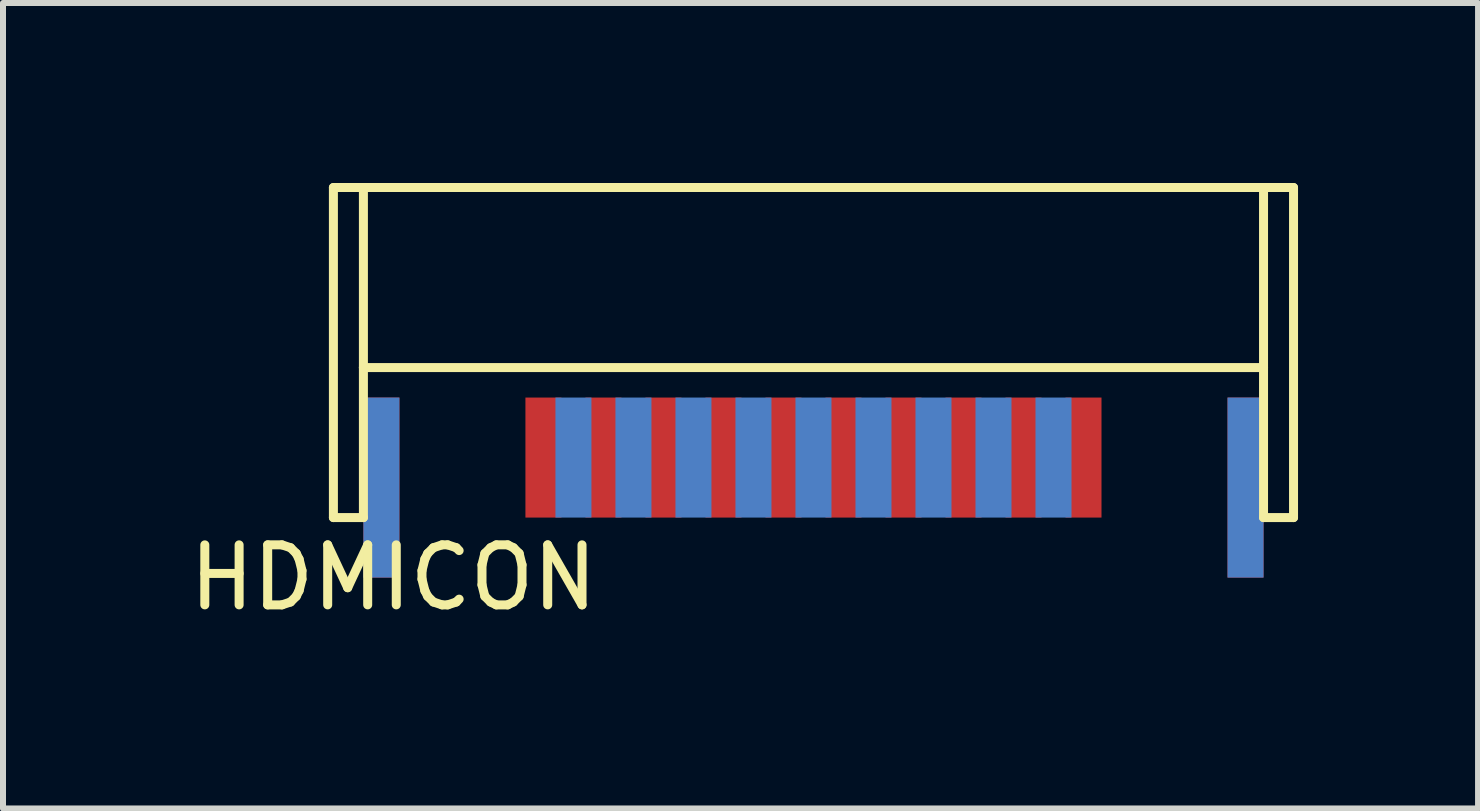
<source format=kicad_pcb>
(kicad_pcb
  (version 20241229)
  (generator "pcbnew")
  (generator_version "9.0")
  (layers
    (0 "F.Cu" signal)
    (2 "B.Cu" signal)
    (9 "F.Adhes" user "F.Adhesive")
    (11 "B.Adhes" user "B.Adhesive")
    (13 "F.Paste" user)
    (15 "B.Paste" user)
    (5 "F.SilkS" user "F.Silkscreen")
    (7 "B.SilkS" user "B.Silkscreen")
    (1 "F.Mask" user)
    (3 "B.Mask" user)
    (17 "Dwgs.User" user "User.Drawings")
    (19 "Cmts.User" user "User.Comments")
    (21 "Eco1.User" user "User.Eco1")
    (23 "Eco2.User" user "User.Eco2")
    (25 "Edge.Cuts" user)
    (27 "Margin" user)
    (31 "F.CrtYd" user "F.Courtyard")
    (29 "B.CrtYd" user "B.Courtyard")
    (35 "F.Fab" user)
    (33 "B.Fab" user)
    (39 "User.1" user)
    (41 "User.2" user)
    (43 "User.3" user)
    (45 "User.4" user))
  (footprint "HDMICON"
    (layer "F.Cu")
    (at 6.006 4.575)
    (property "Reference" "HDMICON" (at -2.5 2 0) (layer "F.SilkS") (effects (font (size 1 1) (thickness 0.15))))
    (attr through_hole)
    (fp_line (start -3.5 -4.5) (end -3 -4.5) (stroke (width 0.15) (type solid)) (layer "F.SilkS"))
    (fp_line (start -3.5 1) (end -3.5 -4.5) (stroke (width 0.15) (type solid)) (layer "F.SilkS"))
    (fp_line (start -3 -4.5) (end 12 -4.5) (stroke (width 0.15) (type solid)) (layer "F.SilkS"))
    (fp_line (start -3 -1.5) (end -3 -4.5) (stroke (width 0.15) (type solid)) (layer "F.SilkS"))
    (fp_line (start -3 -1.5) (end -3 1) (stroke (width 0.15) (type solid)) (layer "F.SilkS"))
    (fp_line (start -3 1) (end -3.5 1) (stroke (width 0.15) (type solid)) (layer "F.SilkS"))
    (fp_line (start 12 -4.5) (end 12 -1.5) (stroke (width 0.15) (type solid)) (layer "F.SilkS"))
    (fp_line (start 12 -4.5) (end 12.5 -4.5) (stroke (width 0.15) (type solid)) (layer "F.SilkS"))
    (fp_line (start 12 -1.5) (end -3 -1.5) (stroke (width 0.15) (type solid)) (layer "F.SilkS"))
    (fp_line (start 12 1) (end 12 -1.5) (stroke (width 0.15) (type solid)) (layer "F.SilkS"))
    (fp_line (start 12.5 -4.5) (end 12.5 1) (stroke (width 0.15) (type solid)) (layer "F.SilkS"))
    (fp_line (start 12.5 1) (end 12 1) (stroke (width 0.15) (type solid)) (layer "F.SilkS"))
    (pad "1" smd rect (at 0 0) (size 0.6 2) (layers "F.Cu" "F.Mask" "F.Paste"))
    (pad "2" smd rect (at 0.5 0) (size 0.6 2) (layers "B.Cu" "B.Mask" "B.Paste"))
    (pad "3" smd rect (at 1 0) (size 0.6 2) (layers "F.Cu" "F.Mask" "F.Paste"))
    (pad "4" smd rect (at 1.5 0) (size 0.6 2) (layers "B.Cu" "B.Mask" "B.Paste"))
    (pad "5" smd rect (at 2 0) (size 0.6 2) (layers "F.Cu" "F.Mask" "F.Paste"))
    (pad "6" smd rect (at 2.5 0) (size 0.6 2) (layers "B.Cu" "B.Mask" "B.Paste"))
    (pad "7" smd rect (at 3 0) (size 0.6 2) (layers "F.Cu" "F.Mask" "F.Paste"))
    (pad "8" smd rect (at 3.5 0) (size 0.6 2) (layers "B.Cu" "B.Mask" "B.Paste"))
    (pad "9" smd rect (at 4 0) (size 0.6 2) (layers "F.Cu" "F.Mask" "F.Paste"))
    (pad "10" smd rect (at 4.5 0) (size 0.6 2) (layers "B.Cu" "B.Mask" "B.Paste"))
    (pad "11" smd rect (at 5 0) (size 0.6 2) (layers "F.Cu" "F.Mask" "F.Paste"))
    (pad "12" smd rect (at 5.5 0) (size 0.6 2) (layers "B.Cu" "B.Mask" "B.Paste"))
    (pad "13" smd rect (at 6 0) (size 0.6 2) (layers "F.Cu" "F.Mask" "F.Paste"))
    (pad "14" smd rect (at 6.5 0) (size 0.6 2) (layers "B.Cu" "B.Mask" "B.Paste"))
    (pad "15" smd rect (at 7 0) (size 0.6 2) (layers "F.Cu" "F.Mask" "F.Paste"))
    (pad "16" smd rect (at 7.5 0) (size 0.6 2) (layers "B.Cu" "B.Mask" "B.Paste"))
    (pad "17" smd rect (at 8 0) (size 0.6 2) (layers "F.Cu" "F.Mask" "F.Paste"))
    (pad "18" smd rect (at 8.5 0) (size 0.6 2) (layers "B.Cu" "B.Mask" "B.Paste"))
    (pad "19" smd rect (at 9 0) (size 0.6 2) (layers "F.Cu" "F.Mask" "F.Paste"))
    (pad "SH" smd rect (at -2.7 0.5) (size 0.6 3) (layers "F.Cu" "F.Mask" "F.Paste"))
    (pad "SH" smd rect (at -2.7 0.5) (size 0.6 3) (layers "B.Cu" "B.Mask" "B.Paste"))
    (pad "SH" smd rect (at 11.7 0.5) (size 0.6 3) (layers "F.Cu" "F.Mask" "F.Paste"))
    (pad "SH" smd rect (at 11.7 0.5) (size 0.6 3) (layers "B.Cu" "B.Mask" "B.Paste")))
  (gr_rect
    (start -3 -3)
    (end 21.581 10.423)
    (stroke (width 0.1) (type default))
    (fill no)
    (layer "Edge.Cuts")))
</source>
